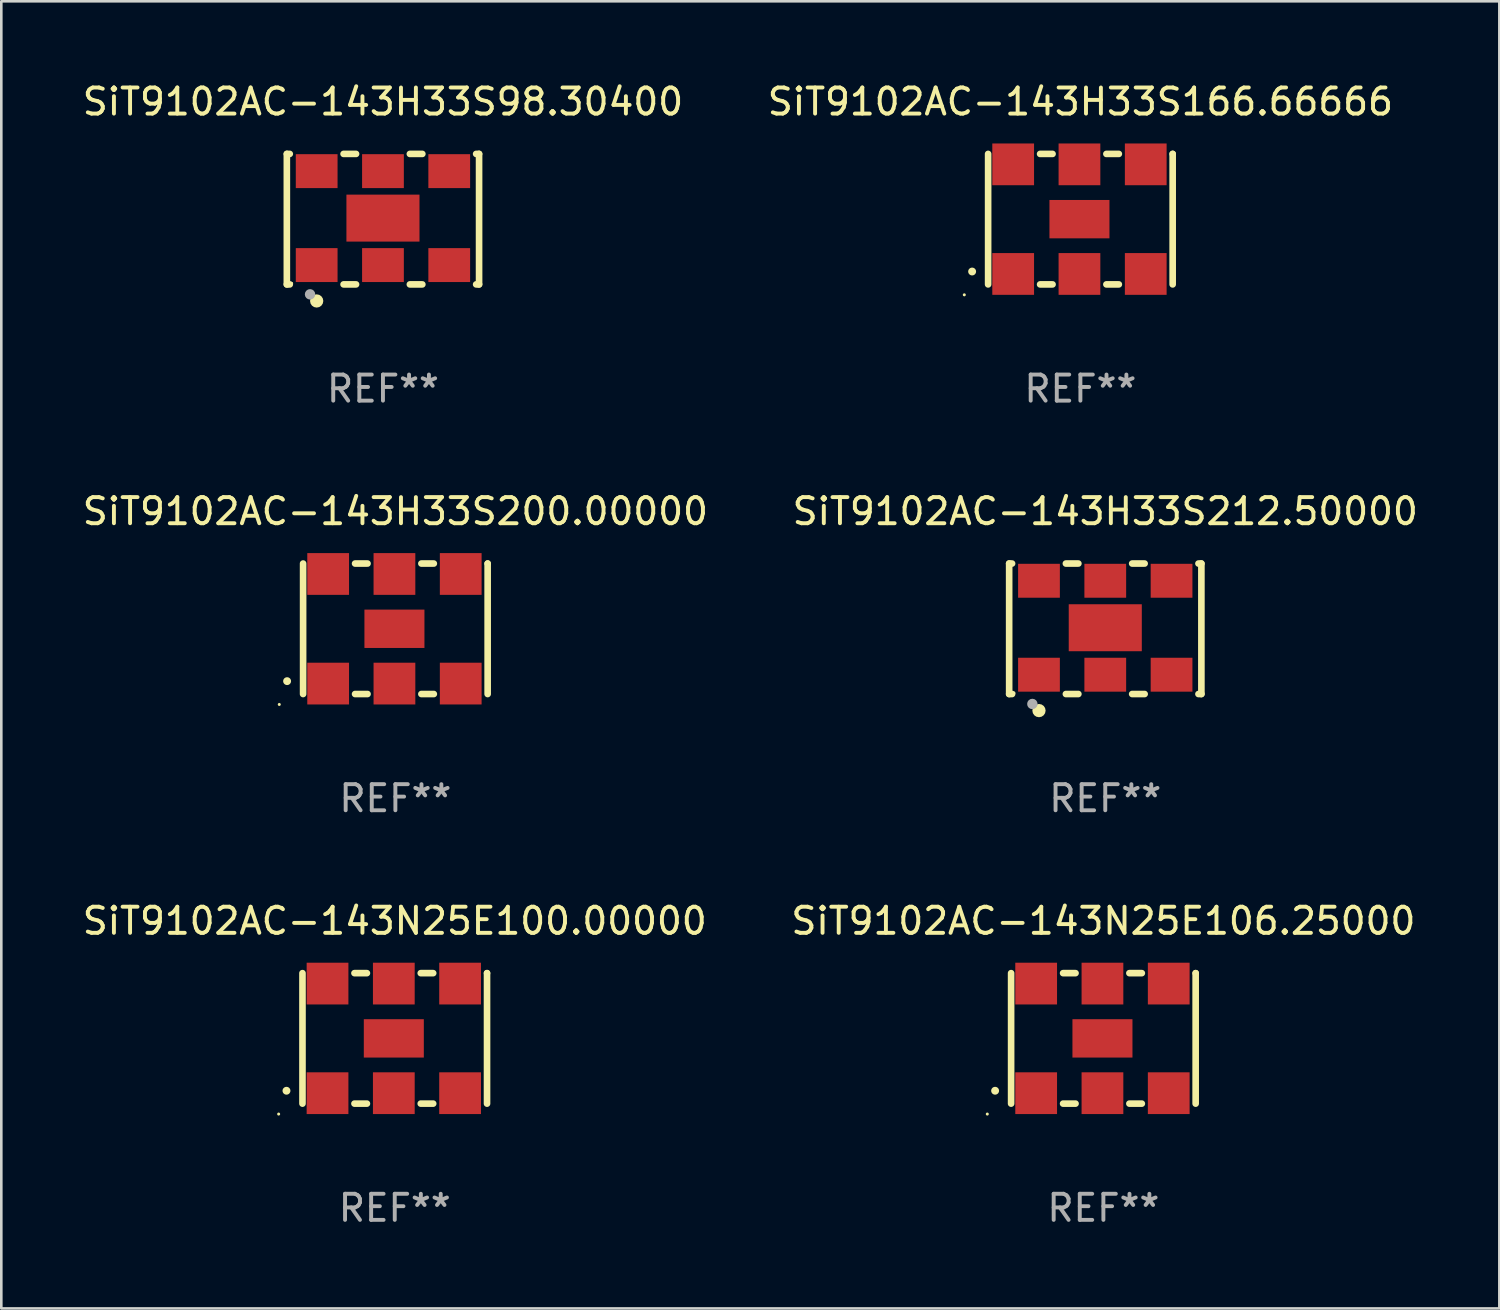
<source format=kicad_pcb>
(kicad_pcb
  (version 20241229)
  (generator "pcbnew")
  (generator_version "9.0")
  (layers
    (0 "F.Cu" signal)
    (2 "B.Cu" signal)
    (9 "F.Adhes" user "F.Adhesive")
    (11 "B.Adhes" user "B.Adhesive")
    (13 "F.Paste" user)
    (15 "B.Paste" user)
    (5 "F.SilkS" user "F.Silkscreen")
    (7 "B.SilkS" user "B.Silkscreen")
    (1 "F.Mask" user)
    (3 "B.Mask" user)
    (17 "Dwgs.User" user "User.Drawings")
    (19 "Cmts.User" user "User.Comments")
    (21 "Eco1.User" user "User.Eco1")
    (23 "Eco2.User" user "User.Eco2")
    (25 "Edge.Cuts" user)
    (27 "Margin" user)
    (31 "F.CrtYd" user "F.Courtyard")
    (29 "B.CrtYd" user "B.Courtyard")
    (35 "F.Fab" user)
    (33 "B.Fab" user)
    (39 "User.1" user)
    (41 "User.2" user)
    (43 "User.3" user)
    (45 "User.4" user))
  (footprint "SiT9102AC-143H33S166.66666"
    (layer "F.Cu")
    (at 38.351 5.348)
    (property "Reference" "SiT9102AC-143H33S166.66666" (at 0 -4.5 0) (layer "F.SilkS") (effects (font (size 1 1) (thickness 0.15))))
    (attr through_hole)
    (fp_line (start -3.536 -2.5) (end -3.536 2.5) (stroke (width 0.254) (type solid)) (layer "F.SilkS"))
    (fp_line (start -1.544 2.5) (end -1.067 2.5) (stroke (width 0.254) (type solid)) (layer "F.SilkS"))
    (fp_line (start -1.067 -2.5) (end -1.544 -2.5) (stroke (width 0.254) (type solid)) (layer "F.SilkS"))
    (fp_line (start 0.996 2.5) (end 1.473 2.5) (stroke (width 0.254) (type solid)) (layer "F.SilkS"))
    (fp_line (start 1.473 -2.5) (end 0.996 -2.5) (stroke (width 0.254) (type solid)) (layer "F.SilkS"))
    (fp_line (start 3.536 -2.5) (end 3.536 -2.5) (stroke (width 0.254) (type solid)) (layer "F.SilkS"))
    (fp_line (start 3.536 2.5) (end 3.536 -2.5) (stroke (width 0.254) (type solid)) (layer "F.SilkS"))
    (fp_arc (start -4.150432 2.006604) (mid -4.149162 2.006599) (end -4.147892 2.006604) (stroke (width 0.3) (type solid)) (layer "F.SilkS"))
    (fp_circle (center -4.449 2.9) (end -4.419 2.9) (stroke (width 0.06) (type solid)) (fill no) (layer "F.SilkS"))
    (fp_text user "REF**" (at 0 6.5 0) (layer "F.Fab") (effects (font (size 1 1) (thickness 0.15))))
    (pad "1" smd rect (at -2.576 2.1) (size 1.6 1.6) (layers "F.Cu" "F.Mask" "F.Paste"))
    (pad "2" smd rect (at -0.036 2.1) (size 1.6 1.6) (layers "F.Cu" "F.Mask" "F.Paste"))
    (pad "3" smd rect (at 2.504 2.1) (size 1.6 1.6) (layers "F.Cu" "F.Mask" "F.Paste"))
    (pad "4" smd rect (at 2.504 -2.1) (size 1.6 1.6) (layers "F.Cu" "F.Mask" "F.Paste"))
    (pad "5" smd rect (at -0.036 -2.1) (size 1.6 1.6) (layers "F.Cu" "F.Mask" "F.Paste"))
    (pad "6" smd rect (at -2.576 -2.1) (size 1.6 1.6) (layers "F.Cu" "F.Mask" "F.Paste"))
    (pad "7" smd rect (at -0.036 0) (size 2.3 1.47) (layers "F.Cu" "F.Mask" "F.Paste")))
  (footprint "SiT9102AC-143H33S98.30400"
    (layer "F.Cu")
    (at 11.625 5.348)
    (property "Reference" "SiT9102AC-143H33S98.30400" (at 0 -4.5 0) (layer "F.SilkS") (effects (font (size 1 1) (thickness 0.15))))
    (attr through_hole)
    (fp_line (start -3.683 -2.5) (end -3.571 -2.5) (stroke (width 0.254) (type solid)) (layer "F.SilkS"))
    (fp_line (start -3.683 2.5) (end -3.683 -2.5) (stroke (width 0.254) (type solid)) (layer "F.SilkS"))
    (fp_line (start -3.683 2.5) (end -3.571 2.5) (stroke (width 0.254) (type solid)) (layer "F.SilkS"))
    (fp_line (start -1.509 -2.5) (end -1.031 -2.5) (stroke (width 0.254) (type solid)) (layer "F.SilkS"))
    (fp_line (start -1.509 2.5) (end -1.031 2.5) (stroke (width 0.254) (type solid)) (layer "F.SilkS"))
    (fp_line (start 1.031 -2.5) (end 1.509 -2.5) (stroke (width 0.254) (type solid)) (layer "F.SilkS"))
    (fp_line (start 1.031 2.5) (end 1.509 2.5) (stroke (width 0.254) (type solid)) (layer "F.SilkS"))
    (fp_line (start 3.571 -2.5) (end 3.683 -2.5) (stroke (width 0.254) (type solid)) (layer "F.SilkS"))
    (fp_line (start 3.571 2.5) (end 3.683 2.5) (stroke (width 0.254) (type solid)) (layer "F.SilkS"))
    (fp_line (start 3.683 2.5) (end 3.683 -2.5) (stroke (width 0.254) (type solid)) (layer "F.SilkS"))
    (fp_circle (center -3.5 2.46) (end -3.47 2.46) (stroke (width 0.06) (type solid)) (fill no) (layer "F.SilkS"))
    (fp_circle (center -2.54 3.135) (end -2.413 3.135) (stroke (width 0.254) (type solid)) (fill no) (layer "F.SilkS"))
    (fp_circle (center -2.794 2.881) (end -2.694 2.881) (stroke (width 0.2) (type solid)) (fill no) (layer "F.Fab"))
    (fp_text user "REF**" (at 0 6.5 0) (layer "F.Fab") (effects (font (size 1 1) (thickness 0.15))))
    (pad "1" smd rect (at -2.54 1.76) (size 1.6 1.3) (layers "F.Cu" "F.Mask" "F.Paste"))
    (pad "2" smd rect (at 0 1.76) (size 1.6 1.3) (layers "F.Cu" "F.Mask" "F.Paste"))
    (pad "3" smd rect (at 2.54 1.76) (size 1.6 1.3) (layers "F.Cu" "F.Mask" "F.Paste"))
    (pad "4" smd rect (at 2.54 -1.84) (size 1.6 1.3) (layers "F.Cu" "F.Mask" "F.Paste"))
    (pad "5" smd rect (at 0 -1.84) (size 1.6 1.3) (layers "F.Cu" "F.Mask" "F.Paste"))
    (pad "6" smd rect (at -2.54 -1.84) (size 1.6 1.3) (layers "F.Cu" "F.Mask" "F.Paste"))
    (pad "7" smd rect (at 0 -0.04) (size 2.8 1.8) (layers "F.Cu" "F.Mask" "F.Paste")))
  (footprint "SiT9102AC-143H33S212.50000"
    (layer "F.Cu")
    (at 39.304 21.045)
    (property "Reference" "SiT9102AC-143H33S212.50000" (at 0 -4.5 0) (layer "F.SilkS") (effects (font (size 1 1) (thickness 0.15))))
    (attr through_hole)
    (fp_line (start -3.683 -2.5) (end -3.571 -2.5) (stroke (width 0.254) (type solid)) (layer "F.SilkS"))
    (fp_line (start -3.683 2.5) (end -3.683 -2.5) (stroke (width 0.254) (type solid)) (layer "F.SilkS"))
    (fp_line (start -3.683 2.5) (end -3.571 2.5) (stroke (width 0.254) (type solid)) (layer "F.SilkS"))
    (fp_line (start -1.509 -2.5) (end -1.031 -2.5) (stroke (width 0.254) (type solid)) (layer "F.SilkS"))
    (fp_line (start -1.509 2.5) (end -1.031 2.5) (stroke (width 0.254) (type solid)) (layer "F.SilkS"))
    (fp_line (start 1.031 -2.5) (end 1.509 -2.5) (stroke (width 0.254) (type solid)) (layer "F.SilkS"))
    (fp_line (start 1.031 2.5) (end 1.509 2.5) (stroke (width 0.254) (type solid)) (layer "F.SilkS"))
    (fp_line (start 3.571 -2.5) (end 3.683 -2.5) (stroke (width 0.254) (type solid)) (layer "F.SilkS"))
    (fp_line (start 3.571 2.5) (end 3.683 2.5) (stroke (width 0.254) (type solid)) (layer "F.SilkS"))
    (fp_line (start 3.683 2.5) (end 3.683 -2.5) (stroke (width 0.254) (type solid)) (layer "F.SilkS"))
    (fp_circle (center -3.5 2.46) (end -3.47 2.46) (stroke (width 0.06) (type solid)) (fill no) (layer "F.SilkS"))
    (fp_circle (center -2.54 3.135) (end -2.413 3.135) (stroke (width 0.254) (type solid)) (fill no) (layer "F.SilkS"))
    (fp_circle (center -2.794 2.881) (end -2.694 2.881) (stroke (width 0.2) (type solid)) (fill no) (layer "F.Fab"))
    (fp_text user "REF**" (at 0 6.5 0) (layer "F.Fab") (effects (font (size 1 1) (thickness 0.15))))
    (pad "1" smd rect (at -2.54 1.76) (size 1.6 1.3) (layers "F.Cu" "F.Mask" "F.Paste"))
    (pad "2" smd rect (at 0 1.76) (size 1.6 1.3) (layers "F.Cu" "F.Mask" "F.Paste"))
    (pad "3" smd rect (at 2.54 1.76) (size 1.6 1.3) (layers "F.Cu" "F.Mask" "F.Paste"))
    (pad "4" smd rect (at 2.54 -1.84) (size 1.6 1.3) (layers "F.Cu" "F.Mask" "F.Paste"))
    (pad "5" smd rect (at 0 -1.84) (size 1.6 1.3) (layers "F.Cu" "F.Mask" "F.Paste"))
    (pad "6" smd rect (at -2.54 -1.84) (size 1.6 1.3) (layers "F.Cu" "F.Mask" "F.Paste"))
    (pad "7" smd rect (at 0 -0.04) (size 2.8 1.8) (layers "F.Cu" "F.Mask" "F.Paste")))
  (footprint "SiT9102AC-143N25E106.25000"
    (layer "F.Cu")
    (at 39.232 36.741)
    (property "Reference" "SiT9102AC-143N25E106.25000" (at 0 -4.5 0) (layer "F.SilkS") (effects (font (size 1 1) (thickness 0.15))))
    (attr through_hole)
    (fp_line (start -3.536 -2.5) (end -3.536 2.5) (stroke (width 0.254) (type solid)) (layer "F.SilkS"))
    (fp_line (start -1.544 2.5) (end -1.067 2.5) (stroke (width 0.254) (type solid)) (layer "F.SilkS"))
    (fp_line (start -1.067 -2.5) (end -1.544 -2.5) (stroke (width 0.254) (type solid)) (layer "F.SilkS"))
    (fp_line (start 0.996 2.5) (end 1.473 2.5) (stroke (width 0.254) (type solid)) (layer "F.SilkS"))
    (fp_line (start 1.473 -2.5) (end 0.996 -2.5) (stroke (width 0.254) (type solid)) (layer "F.SilkS"))
    (fp_line (start 3.536 -2.5) (end 3.536 -2.5) (stroke (width 0.254) (type solid)) (layer "F.SilkS"))
    (fp_line (start 3.536 2.5) (end 3.536 -2.5) (stroke (width 0.254) (type solid)) (layer "F.SilkS"))
    (fp_arc (start -4.150432 2.006604) (mid -4.149162 2.006599) (end -4.147892 2.006604) (stroke (width 0.3) (type solid)) (layer "F.SilkS"))
    (fp_circle (center -4.449 2.9) (end -4.419 2.9) (stroke (width 0.06) (type solid)) (fill no) (layer "F.SilkS"))
    (fp_text user "REF**" (at 0 6.5 0) (layer "F.Fab") (effects (font (size 1 1) (thickness 0.15))))
    (pad "1" smd rect (at -2.576 2.1) (size 1.6 1.6) (layers "F.Cu" "F.Mask" "F.Paste"))
    (pad "2" smd rect (at -0.036 2.1) (size 1.6 1.6) (layers "F.Cu" "F.Mask" "F.Paste"))
    (pad "3" smd rect (at 2.504 2.1) (size 1.6 1.6) (layers "F.Cu" "F.Mask" "F.Paste"))
    (pad "4" smd rect (at 2.504 -2.1) (size 1.6 1.6) (layers "F.Cu" "F.Mask" "F.Paste"))
    (pad "5" smd rect (at -0.036 -2.1) (size 1.6 1.6) (layers "F.Cu" "F.Mask" "F.Paste"))
    (pad "6" smd rect (at -2.576 -2.1) (size 1.6 1.6) (layers "F.Cu" "F.Mask" "F.Paste"))
    (pad "7" smd rect (at -0.036 0) (size 2.3 1.47) (layers "F.Cu" "F.Mask" "F.Paste")))
  (footprint "SiT9102AC-143N25E100.00000"
    (layer "F.Cu")
    (at 12.077 36.741)
    (property "Reference" "SiT9102AC-143N25E100.00000" (at 0 -4.5 0) (layer "F.SilkS") (effects (font (size 1 1) (thickness 0.15))))
    (attr through_hole)
    (fp_line (start -3.536 -2.5) (end -3.536 2.5) (stroke (width 0.254) (type solid)) (layer "F.SilkS"))
    (fp_line (start -1.544 2.5) (end -1.067 2.5) (stroke (width 0.254) (type solid)) (layer "F.SilkS"))
    (fp_line (start -1.067 -2.5) (end -1.544 -2.5) (stroke (width 0.254) (type solid)) (layer "F.SilkS"))
    (fp_line (start 0.996 2.5) (end 1.473 2.5) (stroke (width 0.254) (type solid)) (layer "F.SilkS"))
    (fp_line (start 1.473 -2.5) (end 0.996 -2.5) (stroke (width 0.254) (type solid)) (layer "F.SilkS"))
    (fp_line (start 3.536 -2.5) (end 3.536 -2.5) (stroke (width 0.254) (type solid)) (layer "F.SilkS"))
    (fp_line (start 3.536 2.5) (end 3.536 -2.5) (stroke (width 0.254) (type solid)) (layer "F.SilkS"))
    (fp_arc (start -4.150432 2.006604) (mid -4.149162 2.006599) (end -4.147892 2.006604) (stroke (width 0.3) (type solid)) (layer "F.SilkS"))
    (fp_circle (center -4.449 2.9) (end -4.419 2.9) (stroke (width 0.06) (type solid)) (fill no) (layer "F.SilkS"))
    (fp_text user "REF**" (at 0 6.5 0) (layer "F.Fab") (effects (font (size 1 1) (thickness 0.15))))
    (pad "1" smd rect (at -2.576 2.1) (size 1.6 1.6) (layers "F.Cu" "F.Mask" "F.Paste"))
    (pad "2" smd rect (at -0.036 2.1) (size 1.6 1.6) (layers "F.Cu" "F.Mask" "F.Paste"))
    (pad "3" smd rect (at 2.504 2.1) (size 1.6 1.6) (layers "F.Cu" "F.Mask" "F.Paste"))
    (pad "4" smd rect (at 2.504 -2.1) (size 1.6 1.6) (layers "F.Cu" "F.Mask" "F.Paste"))
    (pad "5" smd rect (at -0.036 -2.1) (size 1.6 1.6) (layers "F.Cu" "F.Mask" "F.Paste"))
    (pad "6" smd rect (at -2.576 -2.1) (size 1.6 1.6) (layers "F.Cu" "F.Mask" "F.Paste"))
    (pad "7" smd rect (at -0.036 0) (size 2.3 1.47) (layers "F.Cu" "F.Mask" "F.Paste")))
  (footprint "SiT9102AC-143H33S200.00000"
    (layer "F.Cu")
    (at 12.101 21.045)
    (property "Reference" "SiT9102AC-143H33S200.00000" (at 0 -4.5 0) (layer "F.SilkS") (effects (font (size 1 1) (thickness 0.15))))
    (attr through_hole)
    (fp_line (start -3.536 -2.5) (end -3.536 2.5) (stroke (width 0.254) (type solid)) (layer "F.SilkS"))
    (fp_line (start -1.544 2.5) (end -1.067 2.5) (stroke (width 0.254) (type solid)) (layer "F.SilkS"))
    (fp_line (start -1.067 -2.5) (end -1.544 -2.5) (stroke (width 0.254) (type solid)) (layer "F.SilkS"))
    (fp_line (start 0.996 2.5) (end 1.473 2.5) (stroke (width 0.254) (type solid)) (layer "F.SilkS"))
    (fp_line (start 1.473 -2.5) (end 0.996 -2.5) (stroke (width 0.254) (type solid)) (layer "F.SilkS"))
    (fp_line (start 3.536 -2.5) (end 3.536 -2.5) (stroke (width 0.254) (type solid)) (layer "F.SilkS"))
    (fp_line (start 3.536 2.5) (end 3.536 -2.5) (stroke (width 0.254) (type solid)) (layer "F.SilkS"))
    (fp_arc (start -4.150432 2.006604) (mid -4.149162 2.006599) (end -4.147892 2.006604) (stroke (width 0.3) (type solid)) (layer "F.SilkS"))
    (fp_circle (center -4.449 2.9) (end -4.419 2.9) (stroke (width 0.06) (type solid)) (fill no) (layer "F.SilkS"))
    (fp_text user "REF**" (at 0 6.5 0) (layer "F.Fab") (effects (font (size 1 1) (thickness 0.15))))
    (pad "1" smd rect (at -2.576 2.1) (size 1.6 1.6) (layers "F.Cu" "F.Mask" "F.Paste"))
    (pad "2" smd rect (at -0.036 2.1) (size 1.6 1.6) (layers "F.Cu" "F.Mask" "F.Paste"))
    (pad "3" smd rect (at 2.504 2.1) (size 1.6 1.6) (layers "F.Cu" "F.Mask" "F.Paste"))
    (pad "4" smd rect (at 2.504 -2.1) (size 1.6 1.6) (layers "F.Cu" "F.Mask" "F.Paste"))
    (pad "5" smd rect (at -0.036 -2.1) (size 1.6 1.6) (layers "F.Cu" "F.Mask" "F.Paste"))
    (pad "6" smd rect (at -2.576 -2.1) (size 1.6 1.6) (layers "F.Cu" "F.Mask" "F.Paste"))
    (pad "7" smd rect (at -0.036 0) (size 2.3 1.47) (layers "F.Cu" "F.Mask" "F.Paste")))
  (gr_rect
    (start -3 -3)
    (end 54.405 47.09)
    (stroke (width 0.1) (type default))
    (fill no)
    (layer "Edge.Cuts")))
</source>
